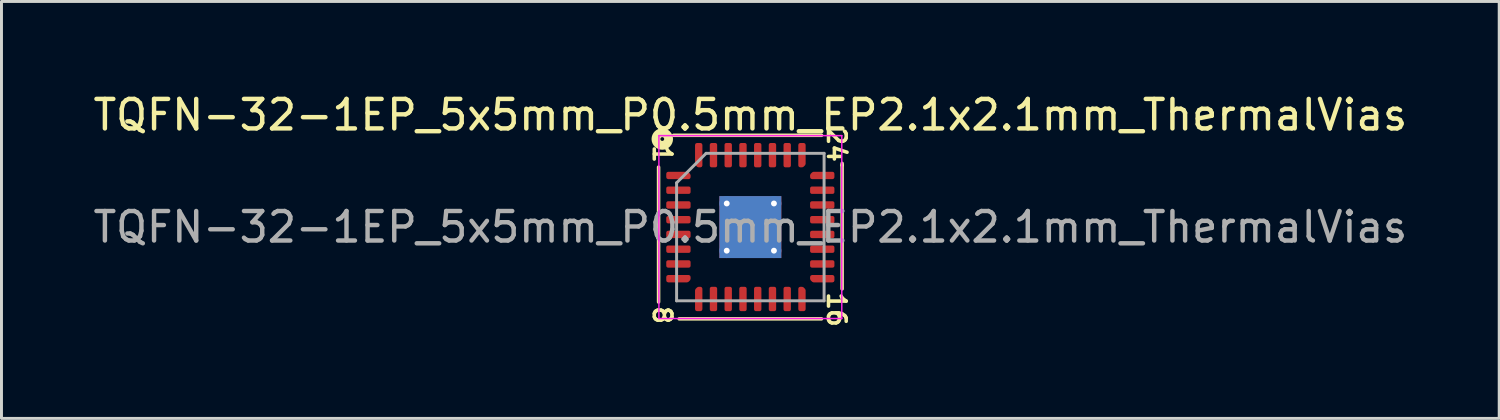
<source format=kicad_pcb>
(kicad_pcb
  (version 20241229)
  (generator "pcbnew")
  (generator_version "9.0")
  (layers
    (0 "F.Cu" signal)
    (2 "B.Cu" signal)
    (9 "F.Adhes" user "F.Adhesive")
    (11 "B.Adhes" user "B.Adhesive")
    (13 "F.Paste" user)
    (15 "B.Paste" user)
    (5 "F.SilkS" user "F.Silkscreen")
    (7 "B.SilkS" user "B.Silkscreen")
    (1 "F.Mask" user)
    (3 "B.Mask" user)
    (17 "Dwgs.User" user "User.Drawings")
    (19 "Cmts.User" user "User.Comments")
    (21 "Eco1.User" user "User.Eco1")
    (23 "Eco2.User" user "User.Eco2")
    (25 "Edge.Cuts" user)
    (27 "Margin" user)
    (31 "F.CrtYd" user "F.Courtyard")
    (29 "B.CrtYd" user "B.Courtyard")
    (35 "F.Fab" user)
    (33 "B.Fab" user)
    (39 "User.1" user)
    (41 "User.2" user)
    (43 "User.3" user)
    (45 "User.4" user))
  (footprint "TQFN-32-1EP_5x5mm_P0.5mm_EP2.1x2.1mm_ThermalVias"
    (layer "F.Cu")
    (at 22.387 4.648)
    (property "Reference" "TQFN-32-1EP_5x5mm_P0.5mm_EP2.1x2.1mm_ThermalVias" (at 0 -3.8 0) (layer "F.SilkS") (effects (font (size 1 1) (thickness 0.15))))
    (attr smd)
    (fp_line (start -3.111 -2.032) (end -3.111 2.54) (stroke (width 0.12) (type solid)) (layer "F.SilkS"))
    (fp_line (start -2.413 3.111) (end 2.413 3.111) (stroke (width 0.12) (type solid)) (layer "F.SilkS"))
    (fp_line (start 2.413 -3.111) (end -2.603 -3.111) (stroke (width 0.12) (type solid)) (layer "F.SilkS"))
    (fp_line (start 3.111 -2.095) (end 3.111 -2.159) (stroke (width 0.12) (type solid)) (layer "F.SilkS"))
    (fp_line (start 3.111 2.095) (end 3.111 -2.095) (stroke (width 0.12) (type solid)) (layer "F.SilkS"))
    (fp_circle (center -2.985 -2.985) (end -2.921 -2.985) (stroke (width 0.3) (type solid)) (fill no) (layer "F.SilkS"))
    (fp_line (start -3.1 -3.1) (end -3.1 3.1) (stroke (width 0.05) (type solid)) (layer "F.CrtYd"))
    (fp_line (start -3.1 3.1) (end 3.1 3.1) (stroke (width 0.05) (type solid)) (layer "F.CrtYd"))
    (fp_line (start 3.1 -3.1) (end -3.1 -3.1) (stroke (width 0.05) (type solid)) (layer "F.CrtYd"))
    (fp_line (start 3.1 3.1) (end 3.1 -3.1) (stroke (width 0.05) (type solid)) (layer "F.CrtYd"))
    (fp_line (start -2.5 -1.5) (end -1.5 -2.5) (stroke (width 0.1) (type solid)) (layer "F.Fab"))
    (fp_line (start -2.5 2.5) (end -2.5 -1.5) (stroke (width 0.1) (type solid)) (layer "F.Fab"))
    (fp_line (start -1.5 -2.5) (end 2.5 -2.5) (stroke (width 0.1) (type solid)) (layer "F.Fab"))
    (fp_line (start 2.5 -2.5) (end 2.5 2.5) (stroke (width 0.1) (type solid)) (layer "F.Fab"))
    (fp_line (start 2.5 2.5) (end -2.5 2.5) (stroke (width 0.1) (type solid)) (layer "F.Fab"))
    (fp_text user "16" (at 2.921 2.794 270) (unlocked yes) (layer "F.SilkS") (effects (font (size 0.6 0.6) (thickness 0.12))))
    (fp_text user "1" (at -2.985 -2.477 270) (unlocked yes) (layer "F.SilkS") (effects (font (size 0.6 0.6) (thickness 0.12))))
    (fp_text user "8" (at -2.985 2.985 270) (unlocked yes) (layer "F.SilkS") (effects (font (size 0.6 0.6) (thickness 0.12))))
    (fp_text user "24" (at 2.921 -2.794 270) (unlocked yes) (layer "F.SilkS") (effects (font (size 0.6 0.6) (thickness 0.12))))
    (fp_text user "${REFERENCE}" (at 0 0 0) (layer "F.Fab") (effects (font (size 1 1) (thickness 0.15))))
    (pad "" smd roundrect (at -0.525 -0.525) (size 0.91 0.91) (layers "F.Paste") (roundrect_rratio 0.25))
    (pad "" smd roundrect (at -0.525 0.525) (size 0.91 0.91) (layers "F.Paste") (roundrect_rratio 0.25))
    (pad "" smd roundrect (at 0.525 -0.525) (size 0.91 0.91) (layers "F.Paste") (roundrect_rratio 0.25))
    (pad "" smd roundrect (at 0.525 0.525) (size 0.91 0.91) (layers "F.Paste") (roundrect_rratio 0.25))
    (pad "1" smd custom (at -2.438 -1.75) (size 0.186 0.186) (layers "F.Cu" "F.Mask" "F.Paste") (options (anchor circle)) (primitives (gr_poly (pts (xy 0.35 -0.009) (xy 0.35 0.062) (xy -0.35 0.062) (xy -0.35 -0.062) (xy 0.297 -0.062)) (width 0.125) (fill yes))))
    (pad "2" smd roundrect (at -2.438 -1.25) (size 0.825 0.25) (layers "F.Cu" "F.Mask" "F.Paste") (roundrect_rratio 0.25))
    (pad "3" smd roundrect (at -2.438 -0.75) (size 0.825 0.25) (layers "F.Cu" "F.Mask" "F.Paste") (roundrect_rratio 0.25))
    (pad "4" smd roundrect (at -2.438 -0.25) (size 0.825 0.25) (layers "F.Cu" "F.Mask" "F.Paste") (roundrect_rratio 0.25))
    (pad "5" smd roundrect (at -2.438 0.25) (size 0.825 0.25) (layers "F.Cu" "F.Mask" "F.Paste") (roundrect_rratio 0.25))
    (pad "6" smd roundrect (at -2.438 0.75) (size 0.825 0.25) (layers "F.Cu" "F.Mask" "F.Paste") (roundrect_rratio 0.25))
    (pad "7" smd roundrect (at -2.438 1.25) (size 0.825 0.25) (layers "F.Cu" "F.Mask" "F.Paste") (roundrect_rratio 0.25))
    (pad "8" smd custom (at -2.438 1.75) (size 0.186 0.186) (layers "F.Cu" "F.Mask" "F.Paste") (options (anchor circle)) (primitives (gr_poly (pts (xy 0.35 0.009) (xy 0.297 0.062) (xy -0.35 0.062) (xy -0.35 -0.062) (xy 0.35 -0.062)) (width 0.125) (fill yes))))
    (pad "9" smd custom (at -1.75 2.438) (size 0.186 0.186) (layers "F.Cu" "F.Mask" "F.Paste") (options (anchor circle)) (primitives (gr_poly (pts (xy 0.062 0.35) (xy -0.062 0.35) (xy -0.062 -0.297) (xy -0.009 -0.35) (xy 0.062 -0.35)) (width 0.125) (fill yes))))
    (pad "10" smd roundrect (at -1.25 2.438) (size 0.25 0.825) (layers "F.Cu" "F.Mask" "F.Paste") (roundrect_rratio 0.25))
    (pad "11" smd roundrect (at -0.75 2.438) (size 0.25 0.825) (layers "F.Cu" "F.Mask" "F.Paste") (roundrect_rratio 0.25))
    (pad "12" smd roundrect (at -0.25 2.438) (size 0.25 0.825) (layers "F.Cu" "F.Mask" "F.Paste") (roundrect_rratio 0.25))
    (pad "13" smd roundrect (at 0.25 2.438) (size 0.25 0.825) (layers "F.Cu" "F.Mask" "F.Paste") (roundrect_rratio 0.25))
    (pad "14" smd roundrect (at 0.75 2.438) (size 0.25 0.825) (layers "F.Cu" "F.Mask" "F.Paste") (roundrect_rratio 0.25))
    (pad "15" smd roundrect (at 1.25 2.438) (size 0.25 0.825) (layers "F.Cu" "F.Mask" "F.Paste") (roundrect_rratio 0.25))
    (pad "16" smd custom (at 1.75 2.438) (size 0.186 0.186) (layers "F.Cu" "F.Mask" "F.Paste") (options (anchor circle)) (primitives (gr_poly (pts (xy 0.062 -0.297) (xy 0.062 0.35) (xy -0.062 0.35) (xy -0.062 -0.35) (xy 0.009 -0.35)) (width 0.125) (fill yes))))
    (pad "17" smd custom (at 2.438 1.75) (size 0.186 0.186) (layers "F.Cu" "F.Mask" "F.Paste") (options (anchor circle)) (primitives (gr_poly (pts (xy 0.35 0.062) (xy -0.297 0.062) (xy -0.35 0.009) (xy -0.35 -0.062) (xy 0.35 -0.062)) (width 0.125) (fill yes))))
    (pad "18" smd roundrect (at 2.438 1.25) (size 0.825 0.25) (layers "F.Cu" "F.Mask" "F.Paste") (roundrect_rratio 0.25))
    (pad "19" smd roundrect (at 2.438 0.75) (size 0.825 0.25) (layers "F.Cu" "F.Mask" "F.Paste") (roundrect_rratio 0.25))
    (pad "20" smd roundrect (at 2.438 0.25) (size 0.825 0.25) (layers "F.Cu" "F.Mask" "F.Paste") (roundrect_rratio 0.25))
    (pad "21" smd roundrect (at 2.438 -0.25) (size 0.825 0.25) (layers "F.Cu" "F.Mask" "F.Paste") (roundrect_rratio 0.25))
    (pad "22" smd roundrect (at 2.438 -0.75) (size 0.825 0.25) (layers "F.Cu" "F.Mask" "F.Paste") (roundrect_rratio 0.25))
    (pad "23" smd roundrect (at 2.438 -1.25) (size 0.825 0.25) (layers "F.Cu" "F.Mask" "F.Paste") (roundrect_rratio 0.25))
    (pad "24" smd custom (at 2.438 -1.75) (size 0.186 0.186) (layers "F.Cu" "F.Mask" "F.Paste") (options (anchor circle)) (primitives (gr_poly (pts (xy 0.35 0.062) (xy -0.35 0.062) (xy -0.35 -0.009) (xy -0.297 -0.062) (xy 0.35 -0.062)) (width 0.125) (fill yes))))
    (pad "25" smd custom (at 1.75 -2.438) (size 0.186 0.186) (layers "F.Cu" "F.Mask" "F.Paste") (options (anchor circle)) (primitives (gr_poly (pts (xy 0.062 0.297) (xy 0.009 0.35) (xy -0.062 0.35) (xy -0.062 -0.35) (xy 0.062 -0.35)) (width 0.125) (fill yes))))
    (pad "26" smd roundrect (at 1.25 -2.438) (size 0.25 0.825) (layers "F.Cu" "F.Mask" "F.Paste") (roundrect_rratio 0.25))
    (pad "27" smd roundrect (at 0.75 -2.438) (size 0.25 0.825) (layers "F.Cu" "F.Mask" "F.Paste") (roundrect_rratio 0.25))
    (pad "28" smd roundrect (at 0.25 -2.438) (size 0.25 0.825) (layers "F.Cu" "F.Mask" "F.Paste") (roundrect_rratio 0.25))
    (pad "29" smd roundrect (at -0.25 -2.438) (size 0.25 0.825) (layers "F.Cu" "F.Mask" "F.Paste") (roundrect_rratio 0.25))
    (pad "30" smd roundrect (at -0.75 -2.438) (size 0.25 0.825) (layers "F.Cu" "F.Mask" "F.Paste") (roundrect_rratio 0.25))
    (pad "31" smd roundrect (at -1.25 -2.438) (size 0.25 0.825) (layers "F.Cu" "F.Mask" "F.Paste") (roundrect_rratio 0.25))
    (pad "32" smd custom (at -1.75 -2.438) (size 0.186 0.186) (layers "F.Cu" "F.Mask" "F.Paste") (options (anchor circle)) (primitives (gr_poly (pts (xy 0.062 0.35) (xy -0.009 0.35) (xy -0.062 0.297) (xy -0.062 -0.35) (xy 0.062 -0.35)) (width 0.125) (fill yes))))
    (pad "33" thru_hole circle (at -0.8 -0.8) (size 0.5 0.5) (drill 0.2) (layers "*.Cu"))
    (pad "33" thru_hole circle (at -0.8 0.8) (size 0.5 0.5) (drill 0.2) (layers "*.Cu"))
    (pad "33" smd rect (at 0 0) (size 2.1 2.1) (layers "F.Cu" "F.Mask"))
    (pad "33" smd rect (at 0 0) (size 2.1 2.1) (layers "B.Cu" "B.Mask"))
    (pad "33" thru_hole circle (at 0.8 -0.8) (size 0.5 0.5) (drill 0.2) (layers "*.Cu"))
    (pad "33" thru_hole circle (at 0.8 0.8) (size 0.5 0.5) (drill 0.2) (layers "*.Cu")))
  (gr_rect
    (start -3 -3)
    (end 47.774 11.134)
    (stroke (width 0.1) (type default))
    (fill no)
    (layer "Edge.Cuts")))
</source>
